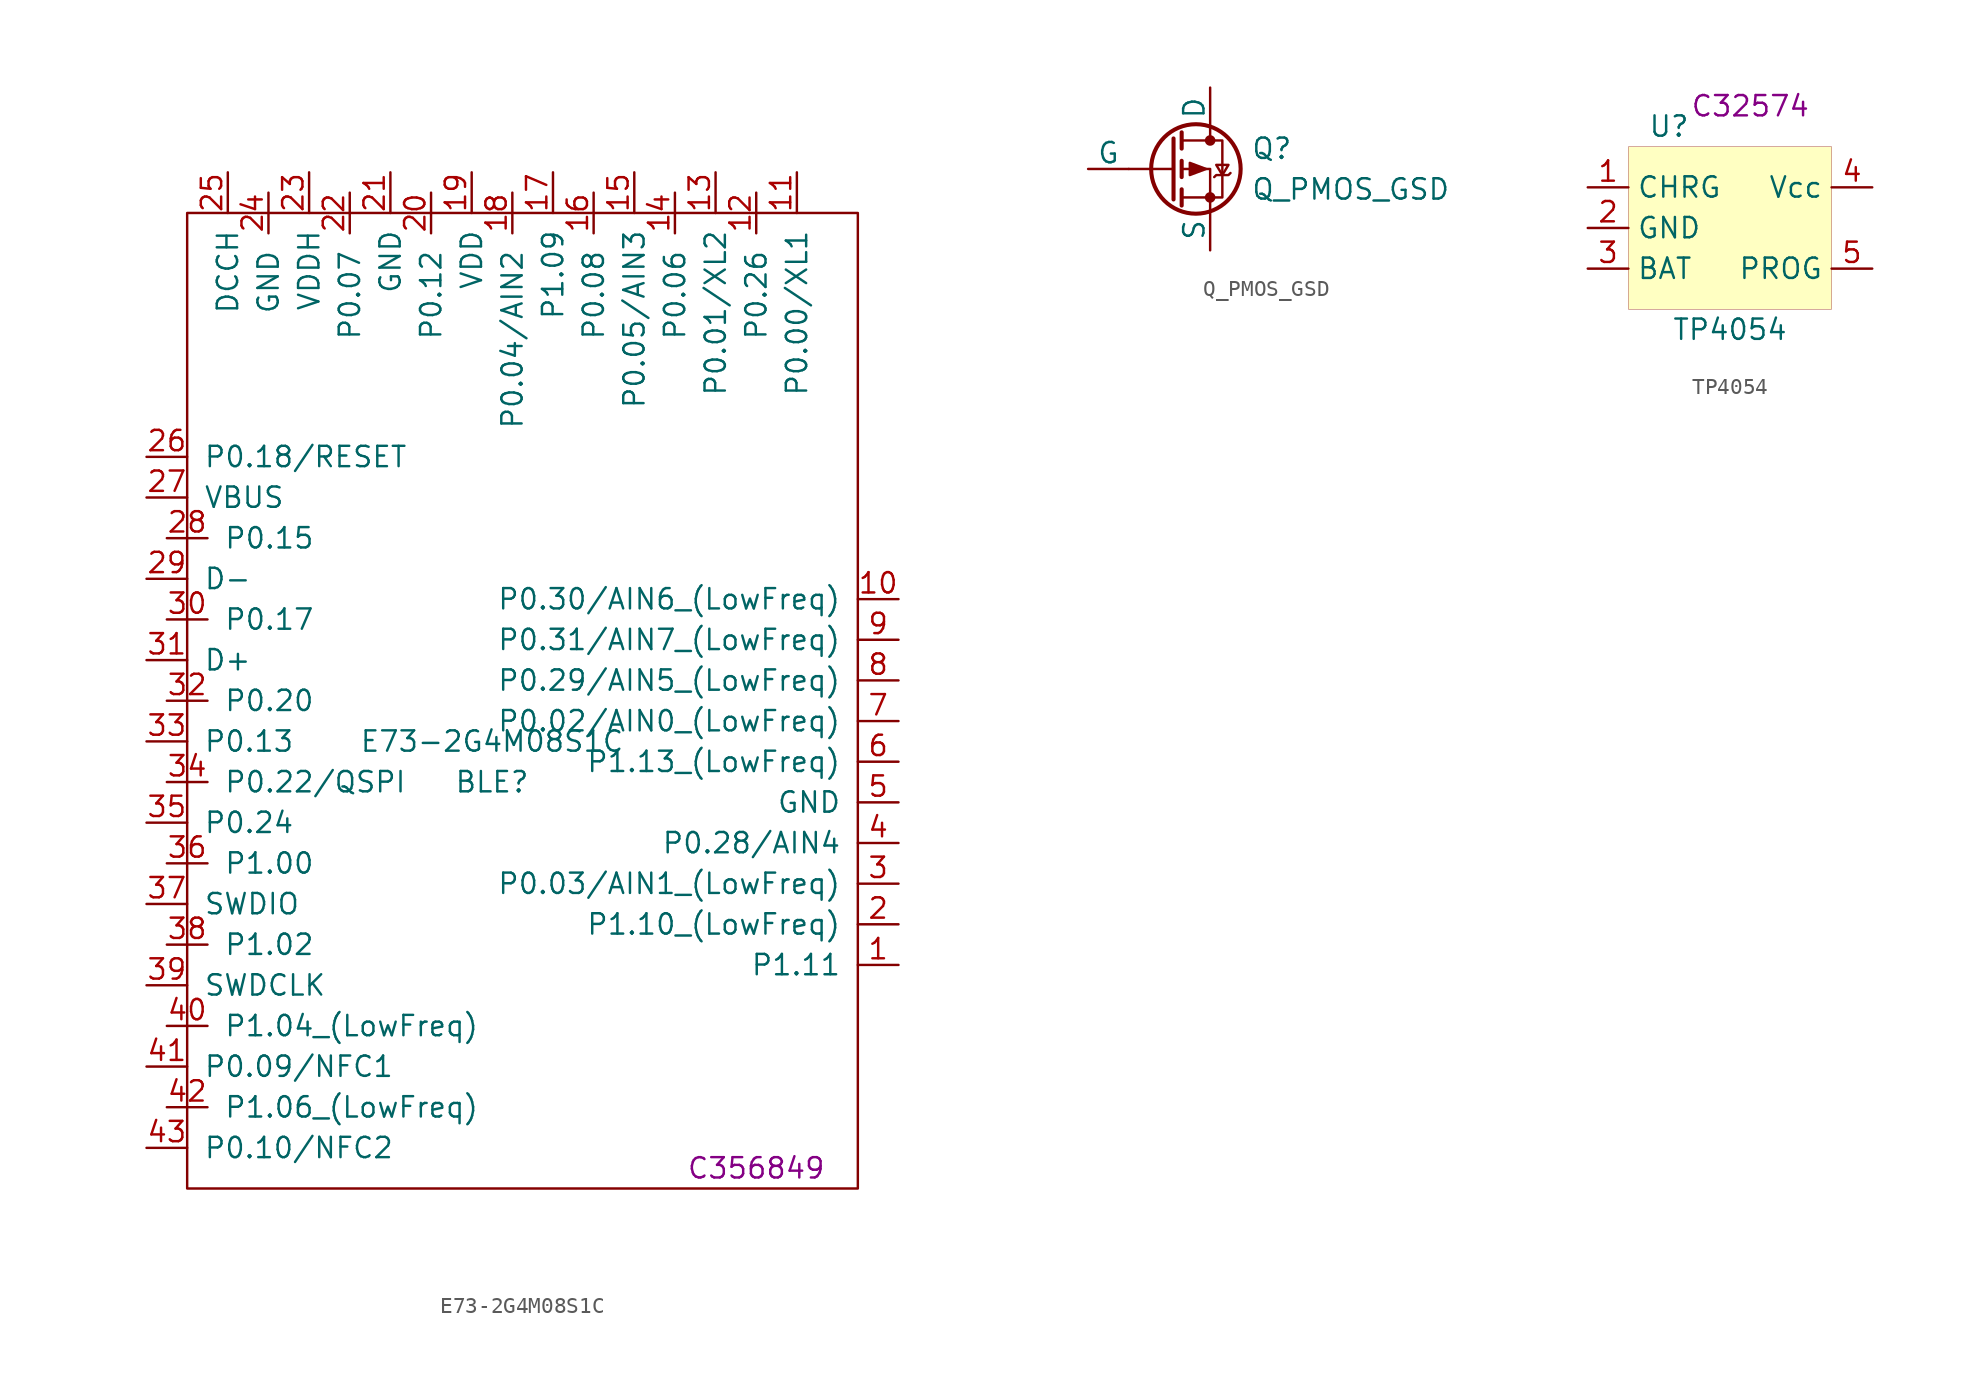
<source format=kicad_sym>
(kicad_symbol_lib
  (version 20211014)
  (generator kicad_symbol_editor)
  (symbol "E73-2G4M08S1C"
    (pin_names
      (offset 1.016))
    (property "Reference" "BLE"
      (at 0 -1.27 0)
      (effects (font (size 1.27 1.27))))
    (property "Value" "E73-2G4M08S1C"
      (at 0 1.27 0)
      (effects (font (size 1.27 1.27))))
    (property "LCSC PN" "C356849"
      (at 16.51 -25.4 0)
      (effects (font (size 1.27 1.27))))
    (symbol "E73-2G4M08S1C_0_0"
      (pin bidirectional line (at 25.4 10.16 180) (length 2.54) (name "P0.30/AIN6_(LowFreq)" (effects (font (size 1.27 1.27)))) (number "10" (effects (font (size 1.27 1.27)))))
      (pin bidirectional line (at 19.05 36.83 270) (length 2.54) (name "P0.00/XL1" (effects (font (size 1.27 1.27)))) (number "11" (effects (font (size 1.27 1.27)))))
      (pin bidirectional line (at 16.51 35.56 270) (length 2.54) (name "P0.26" (effects (font (size 1.27 1.27)))) (number "12" (effects (font (size 1.27 1.27)))))
      (pin bidirectional line (at 13.97 36.83 270) (length 2.54) (name "P0.01/XL2" (effects (font (size 1.27 1.27)))) (number "13" (effects (font (size 1.27 1.27)))))
      (pin bidirectional line (at 11.43 35.56 270) (length 2.54) (name "P0.06" (effects (font (size 1.27 1.27)))) (number "14" (effects (font (size 1.27 1.27)))))
      (pin bidirectional line (at 8.89 36.83 270) (length 2.54) (name "P0.05/AIN3" (effects (font (size 1.27 1.27)))) (number "15" (effects (font (size 1.27 1.27)))))
      (pin bidirectional line (at 6.35 35.56 270) (length 2.54) (name "P0.08" (effects (font (size 1.27 1.27)))) (number "16" (effects (font (size 1.27 1.27)))))
      (pin bidirectional line (at 3.81 36.83 270) (length 2.54) (name "P1.09" (effects (font (size 1.27 1.27)))) (number "17" (effects (font (size 1.27 1.27)))))
      (pin bidirectional line (at 1.27 35.56 270) (length 2.54) (name "P0.04/AIN2" (effects (font (size 1.27 1.27)))) (number "18" (effects (font (size 1.27 1.27)))))
      (pin power_in line (at -1.27 36.83 270) (length 2.54) (name "VDD" (effects (font (size 1.27 1.27)))) (number "19" (effects (font (size 1.27 1.27)))))
      (pin bidirectional line (at -3.81 35.56 270) (length 2.54) (name "P0.12" (effects (font (size 1.27 1.27)))) (number "20" (effects (font (size 1.27 1.27)))))
      (pin power_in line (at -6.35 36.83 270) (length 2.54) (name "GND" (effects (font (size 1.27 1.27)))) (number "21" (effects (font (size 1.27 1.27)))))
      (pin bidirectional line (at -8.89 35.56 270) (length 2.54) (name "P0.07" (effects (font (size 1.27 1.27)))) (number "22" (effects (font (size 1.27 1.27)))))
      (pin power_in line (at -11.43 36.83 270) (length 2.54) (name "VDDH" (effects (font (size 1.27 1.27)))) (number "23" (effects (font (size 1.27 1.27)))))
      (pin power_in line (at -13.97 35.56 270) (length 2.54) (name "GND" (effects (font (size 1.27 1.27)))) (number "24" (effects (font (size 1.27 1.27)))))
      (pin bidirectional line (at -16.51 36.83 270) (length 2.54) (name "DCCH" (effects (font (size 1.27 1.27)))) (number "25" (effects (font (size 1.27 1.27)))))
      (pin bidirectional line (at -21.59 19.05 0) (length 2.54) (name "P0.18/RESET" (effects (font (size 1.27 1.27)))) (number "26" (effects (font (size 1.27 1.27)))))
      (pin power_in line (at -21.59 16.51 0) (length 2.54) (name "VBUS" (effects (font (size 1.27 1.27)))) (number "27" (effects (font (size 1.27 1.27)))))
      (pin bidirectional line (at -20.32 13.97 0) (length 2.54) (name "P0.15" (effects (font (size 1.27 1.27)))) (number "28" (effects (font (size 1.27 1.27)))))
      (pin bidirectional line (at -21.59 11.43 0) (length 2.54) (name "D-" (effects (font (size 1.27 1.27)))) (number "29" (effects (font (size 1.27 1.27)))))
      (pin bidirectional line (at -20.32 8.89 0) (length 2.54) (name "P0.17" (effects (font (size 1.27 1.27)))) (number "30" (effects (font (size 1.27 1.27)))))
      (pin bidirectional line (at -21.59 6.35 0) (length 2.54) (name "D+" (effects (font (size 1.27 1.27)))) (number "31" (effects (font (size 1.27 1.27)))))
      (pin bidirectional line (at -20.32 3.81 0) (length 2.54) (name "P0.20" (effects (font (size 1.27 1.27)))) (number "32" (effects (font (size 1.27 1.27)))))
      (pin bidirectional line (at -21.59 1.27 0) (length 2.54) (name "P0.13" (effects (font (size 1.27 1.27)))) (number "33" (effects (font (size 1.27 1.27)))))
      (pin bidirectional line (at -20.32 -1.27 0) (length 2.54) (name "P0.22/QSPI" (effects (font (size 1.27 1.27)))) (number "34" (effects (font (size 1.27 1.27)))))
      (pin bidirectional line (at -21.59 -3.81 0) (length 2.54) (name "P0.24" (effects (font (size 1.27 1.27)))) (number "35" (effects (font (size 1.27 1.27)))))
      (pin bidirectional line (at -20.32 -6.35 0) (length 2.54) (name "P1.00" (effects (font (size 1.27 1.27)))) (number "36" (effects (font (size 1.27 1.27)))))
      (pin bidirectional line (at -21.59 -8.89 0) (length 2.54) (name "SWDIO" (effects (font (size 1.27 1.27)))) (number "37" (effects (font (size 1.27 1.27)))))
      (pin bidirectional line (at -20.32 -11.43 0) (length 2.54) (name "P1.02" (effects (font (size 1.27 1.27)))) (number "38" (effects (font (size 1.27 1.27)))))
      (pin bidirectional line (at -21.59 -13.97 0) (length 2.54) (name "SWDCLK" (effects (font (size 1.27 1.27)))) (number "39" (effects (font (size 1.27 1.27)))))
      (pin bidirectional line (at -20.32 -16.51 0) (length 2.54) (name "P1.04_(LowFreq)" (effects (font (size 1.27 1.27)))) (number "40" (effects (font (size 1.27 1.27)))))
      (pin bidirectional line (at -21.59 -19.05 0) (length 2.54) (name "P0.09/NFC1" (effects (font (size 1.27 1.27)))) (number "41" (effects (font (size 1.27 1.27)))))
      (pin bidirectional line (at -20.32 -21.59 0) (length 2.54) (name "P1.06_(LowFreq)" (effects (font (size 1.27 1.27)))) (number "42" (effects (font (size 1.27 1.27)))))
      (pin bidirectional line (at -21.59 -24.13 0) (length 2.54) (name "P0.10/NFC2" (effects (font (size 1.27 1.27)))) (number "43" (effects (font (size 1.27 1.27)))))
      (pin bidirectional line (at 25.4 5.08 180) (length 2.54) (name "P0.29/AIN5_(LowFreq)" (effects (font (size 1.27 1.27)))) (number "8" (effects (font (size 1.27 1.27)))))
      (pin bidirectional line (at 25.4 7.62 180) (length 2.54) (name "P0.31/AIN7_(LowFreq)" (effects (font (size 1.27 1.27)))) (number "9" (effects (font (size 1.27 1.27))))))
    (symbol "E73-2G4M08S1C_0_1"
      (rectangle (start -19.05 34.29) (end 22.86 -26.67) (stroke (width 0) (type default) (color 0 0 0 0)) (fill (type none))))
    (symbol "E73-2G4M08S1C_1_1"
      (pin bidirectional line (at 25.4 -12.7 180) (length 2.54) (name "P1.11" (effects (font (size 1.27 1.27)))) (number "1" (effects (font (size 1.27 1.27)))))
      (pin bidirectional line (at 25.4 -10.16 180) (length 2.54) (name "P1.10_(LowFreq)" (effects (font (size 1.27 1.27)))) (number "2" (effects (font (size 1.27 1.27)))))
      (pin bidirectional line (at 25.4 -7.62 180) (length 2.54) (name "P0.03/AIN1_(LowFreq)" (effects (font (size 1.27 1.27)))) (number "3" (effects (font (size 1.27 1.27)))))
      (pin bidirectional line (at 25.4 -5.08 180) (length 2.54) (name "P0.28/AIN4" (effects (font (size 1.27 1.27)))) (number "4" (effects (font (size 1.27 1.27)))))
      (pin power_in line (at 25.4 -2.54 180) (length 2.54) (name "GND" (effects (font (size 1.27 1.27)))) (number "5" (effects (font (size 1.27 1.27)))))
      (pin bidirectional line (at 25.4 0 180) (length 2.54) (name "P1.13_(LowFreq)" (effects (font (size 1.27 1.27)))) (number "6" (effects (font (size 1.27 1.27)))))
      (pin bidirectional line (at 25.4 2.54 180) (length 2.54) (name "P0.02/AIN0_(LowFreq)" (effects (font (size 1.27 1.27)))) (number "7" (effects (font (size 1.27 1.27)))))))
  (symbol "Q_PMOS_GSD"
    (pin_numbers hide)
    (pin_names
      (offset 0))
    (property "Reference" "Q"
      (at 5.08 1.27 0)
      (effects (font (size 1.27 1.27)) (justify left)))
    (property "Value" "Q_PMOS_GSD"
      (at 5.08 -1.27 0)
      (effects (font (size 1.27 1.27)) (justify left)))
    (symbol "Q_PMOS_GSD_0_1"
      (polyline (pts (xy 0.254 0) (xy -2.54 0)) (stroke (width 0) (type default) (color 0 0 0 0)) (fill (type none)))
      (polyline (pts (xy 0.254 1.905) (xy 0.254 -1.905)) (stroke (width 0.254) (type default) (color 0 0 0 0)) (fill (type none)))
      (polyline (pts (xy 0.762 -1.27) (xy 0.762 -2.286)) (stroke (width 0.254) (type default) (color 0 0 0 0)) (fill (type none)))
      (polyline (pts (xy 0.762 0.508) (xy 0.762 -0.508)) (stroke (width 0.254) (type default) (color 0 0 0 0)) (fill (type none)))
      (polyline (pts (xy 0.762 2.286) (xy 0.762 1.27)) (stroke (width 0.254) (type default) (color 0 0 0 0)) (fill (type none)))
      (polyline (pts (xy 2.54 2.54) (xy 2.54 1.778)) (stroke (width 0) (type default) (color 0 0 0 0)) (fill (type none)))
      (polyline (pts (xy 2.54 -2.54) (xy 2.54 0) (xy 0.762 0)) (stroke (width 0) (type default) (color 0 0 0 0)) (fill (type none)))
      (polyline (pts (xy 0.762 1.778) (xy 3.302 1.778) (xy 3.302 -1.778) (xy 0.762 -1.778)) (stroke (width 0) (type default) (color 0 0 0 0)) (fill (type none)))
      (polyline (pts (xy 2.286 0) (xy 1.27 0.381) (xy 1.27 -0.381) (xy 2.286 0)) (stroke (width 0) (type default) (color 0 0 0 0)) (fill (type outline)))
      (polyline (pts (xy 2.794 -0.508) (xy 2.921 -0.381) (xy 3.683 -0.381) (xy 3.81 -0.254)) (stroke (width 0) (type default) (color 0 0 0 0)) (fill (type none)))
      (polyline (pts (xy 3.302 -0.381) (xy 2.921 0.254) (xy 3.683 0.254) (xy 3.302 -0.381)) (stroke (width 0) (type default) (color 0 0 0 0)) (fill (type none)))
      (circle (center 1.651 0) (radius 2.794) (stroke (width 0.254) (type default) (color 0 0 0 0)) (fill (type none)))
      (circle (center 2.54 -1.778) (radius 0.254) (stroke (width 0) (type default) (color 0 0 0 0)) (fill (type outline)))
      (circle (center 2.54 1.778) (radius 0.254) (stroke (width 0) (type default) (color 0 0 0 0)) (fill (type outline))))
    (symbol "Q_PMOS_GSD_1_1"
      (pin input line (at -5.08 0 0) (length 2.54) (name "G" (effects (font (size 1.27 1.27)))) (number "1" (effects (font (size 1.27 1.27)))))
      (pin passive line (at 2.54 -5.08 90) (length 2.54) (name "S" (effects (font (size 1.27 1.27)))) (number "2" (effects (font (size 1.27 1.27)))))
      (pin passive line (at 2.54 5.08 270) (length 2.54) (name "D" (effects (font (size 1.27 1.27)))) (number "3" (effects (font (size 1.27 1.27)))))))
  (symbol "TP4054"
    (property "Reference" "U"
      (at -3.81 6.35 0)
      (effects (font (size 1.27 1.27))))
    (property "Value" "TP4054"
      (at 0 -6.35 0)
      (effects (font (size 1.27 1.27))))
    (property "LCSC PN" "C32574"
      (at 1.27 7.62 0)
      (effects (font (size 1.27 1.27))))
    (symbol "TP4054_0_1"
      (rectangle (start -6.35 5.08) (end 6.35 -5.08) (stroke (width 0.001) (type default) (color 0 0 0 0)) (fill (type background))))
    (symbol "TP4054_1_1"
      (pin output line (at -8.89 2.54 0) (length 2.54) (name "CHRG" (effects (font (size 1.27 1.27)))) (number "1" (effects (font (size 1.27 1.27)))))
      (pin power_in line (at -8.89 0 0) (length 2.54) (name "GND" (effects (font (size 1.27 1.27)))) (number "2" (effects (font (size 1.27 1.27)))))
      (pin power_out line (at -8.89 -2.54 0) (length 2.54) (name "BAT" (effects (font (size 1.27 1.27)))) (number "3" (effects (font (size 1.27 1.27)))))
      (pin power_in line (at 8.89 2.54 180) (length 2.54) (name "Vcc" (effects (font (size 1.27 1.27)))) (number "4" (effects (font (size 1.27 1.27)))))
      (pin input line (at 8.89 -2.54 180) (length 2.54) (name "PROG" (effects (font (size 1.27 1.27)))) (number "5" (effects (font (size 1.27 1.27))))))))
</source>
